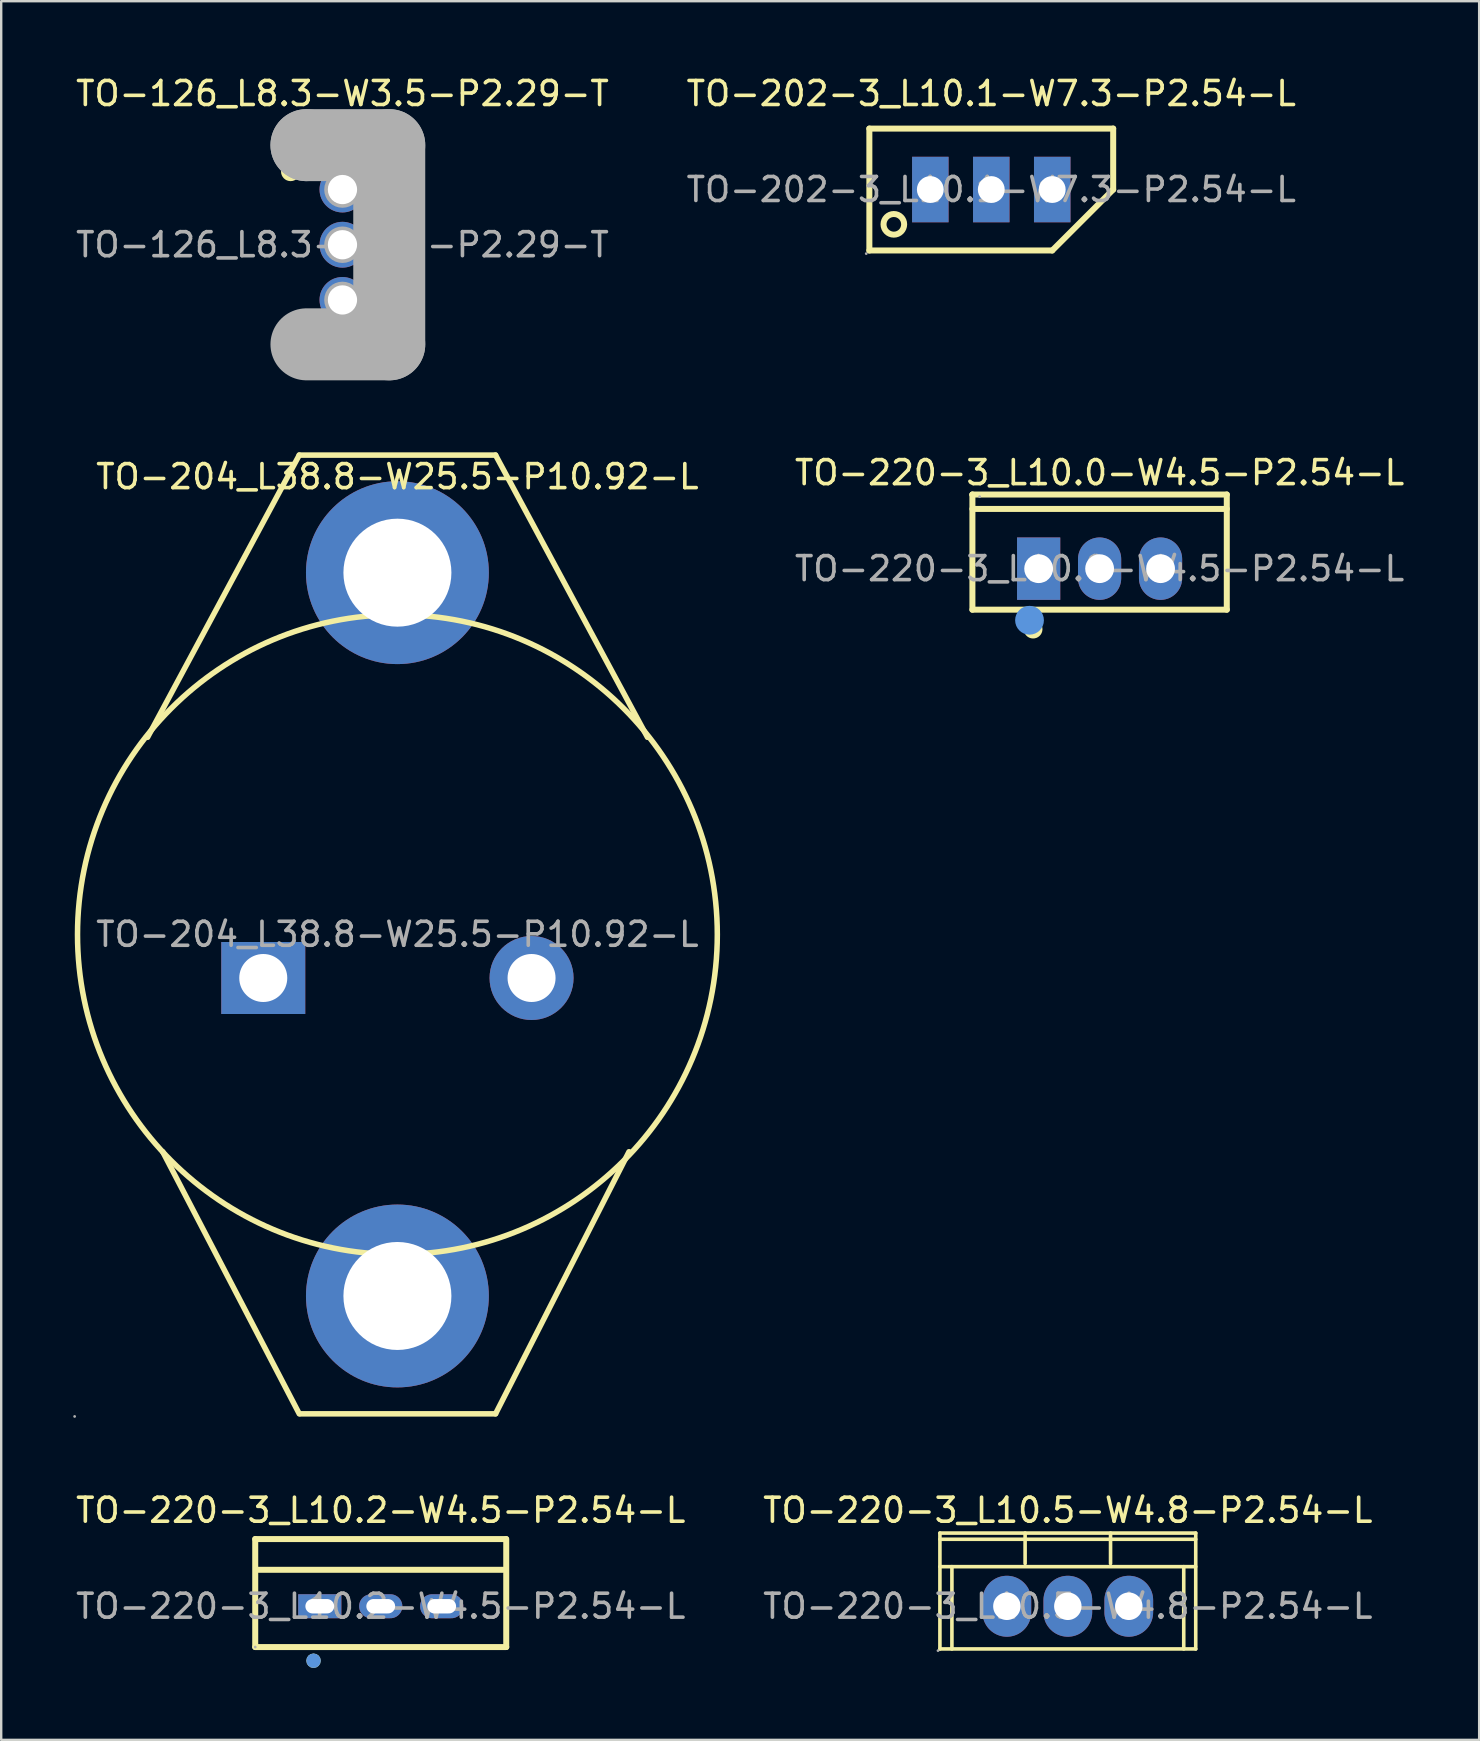
<source format=kicad_pcb>
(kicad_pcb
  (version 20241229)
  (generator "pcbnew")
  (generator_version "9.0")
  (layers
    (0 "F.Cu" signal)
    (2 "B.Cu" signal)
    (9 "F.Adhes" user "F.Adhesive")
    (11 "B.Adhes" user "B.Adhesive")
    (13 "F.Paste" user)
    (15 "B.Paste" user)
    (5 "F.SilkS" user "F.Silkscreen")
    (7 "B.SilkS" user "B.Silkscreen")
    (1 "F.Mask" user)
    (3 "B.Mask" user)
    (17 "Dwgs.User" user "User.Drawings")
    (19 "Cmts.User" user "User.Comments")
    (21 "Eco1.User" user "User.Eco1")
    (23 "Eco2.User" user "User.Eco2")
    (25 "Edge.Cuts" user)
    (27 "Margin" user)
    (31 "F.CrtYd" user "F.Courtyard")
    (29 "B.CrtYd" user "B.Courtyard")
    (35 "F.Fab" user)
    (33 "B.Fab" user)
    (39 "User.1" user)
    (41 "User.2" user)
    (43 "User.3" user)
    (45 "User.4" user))
  (footprint "TO-220-3_L10.0-W4.5-P2.54-L"
    (layer "F.Cu")
    (at 42.77 20.646)
    (property "Reference" "TO-220-3_L10.0-W4.5-P2.54-L" (at 0 -4 0) (layer "F.SilkS") (effects (font (size 1 1) (thickness 0.15))))
    (attr through_hole)
    (fp_line (start -5.3 -3.09) (end 5.3 -3.09) (stroke (width 0.25) (type solid)) (layer "F.SilkS"))
    (fp_line (start -5.3 -3.08) (end -5.3 -3.09) (stroke (width 0.25) (type solid)) (layer "F.SilkS"))
    (fp_line (start -5.3 1.71) (end -5.3 -3.08) (stroke (width 0.25) (type solid)) (layer "F.SilkS"))
    (fp_line (start 5.3 -3.09) (end 5.3 1.71) (stroke (width 0.25) (type solid)) (layer "F.SilkS"))
    (fp_line (start 5.3 -2.49) (end -5.3 -2.49) (stroke (width 0.25) (type solid)) (layer "F.SilkS"))
    (fp_line (start 5.3 1.71) (end -5.3 1.71) (stroke (width 0.25) (type solid)) (layer "F.SilkS"))
    (fp_arc (start -2.76 2.33) (mid -2.775239 2.710191) (end -2.769526 2.329738) (stroke (width 0.4) (type solid)) (layer "F.SilkS"))
    (fp_circle (center -2.92 2.15) (end -2.62 2.15) (stroke (width 0.6) (type solid)) (fill no) (layer "Cmts.User"))
    (fp_circle (center -5 -3) (end -4.97 -3) (stroke (width 0.06) (type solid)) (fill no) (layer "F.Fab"))
    (fp_text user "${REFERENCE}" (at 0 0 0) (layer "F.Fab") (effects (font (size 1 1) (thickness 0.15))))
    (pad "1" thru_hole rect (at -2.54 0) (size 1.8 2.6) (drill 1.2) (layers "*.Cu" "*.Paste" "*.Mask"))
    (pad "2" thru_hole oval (at 0 0) (size 1.8 2.6) (drill 1.2) (layers "*.Cu" "*.Paste" "*.Mask"))
    (pad "3" thru_hole oval (at 2.54 0) (size 1.8 2.6) (drill 1.2) (layers "*.Cu" "*.Paste" "*.Mask")))
  (footprint "TO-220-3_L10.5-W4.8-P2.54-L"
    (layer "F.Cu")
    (at 41.446 63.882)
    (property "Reference" "TO-220-3_L10.5-W4.8-P2.54-L" (at 0 -4 0) (layer "F.SilkS") (effects (font (size 1 1) (thickness 0.15))))
    (attr through_hole)
    (fp_line (start -5.33 -3.05) (end 5.33 -3.05) (stroke (width 0.15) (type solid)) (layer "F.SilkS"))
    (fp_line (start -5.33 -1.65) (end 5.33 -1.65) (stroke (width 0.15) (type solid)) (layer "F.SilkS"))
    (fp_line (start -5.33 1.78) (end -5.33 -3.05) (stroke (width 0.15) (type solid)) (layer "F.SilkS"))
    (fp_line (start -4.83 -1.65) (end -4.83 1.78) (stroke (width 0.15) (type solid)) (layer "F.SilkS"))
    (fp_line (start -1.78 -1.78) (end -1.78 -3.05) (stroke (width 0.15) (type solid)) (layer "F.SilkS"))
    (fp_line (start 1.78 -1.78) (end 1.78 -3.05) (stroke (width 0.15) (type solid)) (layer "F.SilkS"))
    (fp_line (start 4.83 -1.65) (end 4.83 1.78) (stroke (width 0.15) (type solid)) (layer "F.SilkS"))
    (fp_line (start 5.33 -3.05) (end 5.33 1.78) (stroke (width 0.15) (type solid)) (layer "F.SilkS"))
    (fp_line (start 5.33 -2.79) (end -5.33 -2.79) (stroke (width 0.15) (type solid)) (layer "F.SilkS"))
    (fp_line (start 5.33 1.78) (end -5.33 1.78) (stroke (width 0.15) (type solid)) (layer "F.SilkS"))
    (fp_circle (center -5.41 1.85) (end -5.38 1.85) (stroke (width 0.06) (type solid)) (fill no) (layer "F.Fab"))
    (fp_text user "${REFERENCE}" (at 0 0 0) (layer "F.Fab") (effects (font (size 1 1) (thickness 0.15))))
    (pad "1" thru_hole oval (at -2.54 0) (size 2.03 2.54) (drill oval 1.143 1.148) (layers "*.Cu" "*.Paste" "*.Mask"))
    (pad "2" thru_hole oval (at 0 0) (size 2.03 2.54) (drill oval 1.143 1.148) (layers "*.Cu" "*.Paste" "*.Mask"))
    (pad "3" thru_hole oval (at 2.54 0) (size 2.03 2.54) (drill oval 1.143 1.148) (layers "*.Cu" "*.Paste" "*.Mask")))
  (footprint "TO-126_L8.3-W3.5-P2.29-T"
    (layer "F.Cu")
    (at 11.22 7.148)
    (property "Reference" "TO-126_L8.3-W3.5-P2.29-T" (at 0 -6.3 0) (layer "F.SilkS") (effects (font (size 1 1) (thickness 0.15))))
    (attr through_hole)
    (fp_line (start 1.53 4.06) (end 1.53 -4.07) (stroke (width 0.25) (type solid)) (layer "F.SilkS"))
    (fp_arc (start -2.16 -3.05) (mid -2.16 -3.05) (end -2.16 -3.05) (stroke (width 0.4) (type solid)) (layer "F.SilkS"))
    (fp_line (start -1.5 -4.15) (end -1.5 -4.15) (stroke (width 3) (type solid)) (layer "F.Fab"))
    (fp_line (start -1.5 -4.15) (end 1.95 -4.15) (stroke (width 3) (type solid)) (layer "F.Fab"))
    (fp_line (start 1.95 -4.15) (end 1.95 4.15) (stroke (width 3) (type solid)) (layer "F.Fab"))
    (fp_line (start 1.95 4.15) (end -1.5 4.15) (stroke (width 3) (type solid)) (layer "F.Fab"))
    (fp_circle (center -2.56 -4.28) (end -2.53 -4.28) (stroke (width 0.06) (type solid)) (fill no) (layer "F.Fab"))
    (fp_circle (center 0 -2.3) (end 0.25 -2.3) (stroke (width 0.51) (type solid)) (fill no) (layer "F.Fab"))
    (fp_circle (center 0 0) (end 0.25 0) (stroke (width 0.51) (type solid)) (fill no) (layer "F.Fab"))
    (fp_circle (center 0 2.3) (end 0.25 2.3) (stroke (width 0.51) (type solid)) (fill no) (layer "F.Fab"))
    (fp_text user "${REFERENCE}" (at 0 0 0) (layer "F.Fab") (effects (font (size 1 1) (thickness 0.15))))
    (pad "1" thru_hole circle (at 0 -2.3 270) (size 1.91 1.91) (drill 1.219) (layers "*.Cu" "*.Paste" "*.Mask"))
    (pad "2" thru_hole circle (at 0 0 270) (size 1.91 1.91) (drill 1.219) (layers "*.Cu" "*.Paste" "*.Mask"))
    (pad "3" thru_hole circle (at 0 2.3 270) (size 1.91 1.91) (drill 1.219) (layers "*.Cu" "*.Paste" "*.Mask")))
  (footprint "TO-202-3_L10.1-W7.3-P2.54-L"
    (layer "F.Cu")
    (at 38.256 4.848)
    (property "Reference" "TO-202-3_L10.1-W7.3-P2.54-L" (at 0 -4 0) (layer "F.SilkS") (effects (font (size 1 1) (thickness 0.15))))
    (attr through_hole)
    (fp_line (start -5.08 -2.54) (end -5.08 2.54) (stroke (width 0.25) (type solid)) (layer "F.SilkS"))
    (fp_line (start -5.08 -2.54) (end 5.08 -2.54) (stroke (width 0.25) (type solid)) (layer "F.SilkS"))
    (fp_line (start -5.08 2.54) (end 2.54 2.54) (stroke (width 0.25) (type solid)) (layer "F.SilkS"))
    (fp_line (start 5.08 -2.54) (end 5.08 0) (stroke (width 0.25) (type solid)) (layer "F.SilkS"))
    (fp_line (start 5.08 0) (end 2.54 2.54) (stroke (width 0.25) (type solid)) (layer "F.SilkS"))
    (fp_circle (center -4.06 1.45) (end -3.63 1.45) (stroke (width 0.25) (type solid)) (fill no) (layer "F.SilkS"))
    (fp_circle (center -5.21 2.67) (end -5.18 2.67) (stroke (width 0.06) (type solid)) (fill no) (layer "F.Fab"))
    (fp_circle (center -2.54 0) (end -2.31 0) (stroke (width 0.46) (type solid)) (fill no) (layer "F.Fab"))
    (fp_circle (center 0 0) (end 0.23 0) (stroke (width 0.46) (type solid)) (fill no) (layer "F.Fab"))
    (fp_circle (center 2.54 0) (end 2.77 0) (stroke (width 0.46) (type solid)) (fill no) (layer "F.Fab"))
    (fp_text user "${REFERENCE}" (at 0 0 0) (layer "F.Fab") (effects (font (size 1 1) (thickness 0.15))))
    (pad "1" thru_hole rect (at -2.54 0 90) (size 2.73 1.52) (drill 1.118) (layers "*.Cu" "*.Paste" "*.Mask"))
    (pad "2" thru_hole rect (at 0 0 90) (size 2.73 1.52) (drill 1.118) (layers "*.Cu" "*.Paste" "*.Mask"))
    (pad "3" thru_hole rect (at 2.54 0 90) (size 2.73 1.52) (drill 1.118) (layers "*.Cu" "*.Paste" "*.Mask")))
  (footprint "TO-220-3_L10.2-W4.5-P2.54-L"
    (layer "F.Cu")
    (at 12.815 63.882)
    (property "Reference" "TO-220-3_L10.2-W4.5-P2.54-L" (at 0 -4 0) (layer "F.SilkS") (effects (font (size 1 1) (thickness 0.15))))
    (attr through_hole)
    (fp_line (start -5.23 -2.8) (end 5.22 -2.8) (stroke (width 0.25) (type solid)) (layer "F.SilkS"))
    (fp_line (start -5.23 1.7) (end -5.23 -2.8) (stroke (width 0.25) (type solid)) (layer "F.SilkS"))
    (fp_line (start -5.1 -1.52) (end 5.1 -1.52) (stroke (width 0.25) (type solid)) (layer "F.SilkS"))
    (fp_line (start 5.23 -2.8) (end 5.23 1.7) (stroke (width 0.25) (type solid)) (layer "F.SilkS"))
    (fp_line (start 5.23 1.7) (end -5.23 1.7) (stroke (width 0.25) (type solid)) (layer "F.SilkS"))
    (fp_circle (center -2.8 2.27) (end -2.65 2.27) (stroke (width 0.3) (type solid)) (fill no) (layer "F.SilkS"))
    (fp_circle (center -2.8 2.27) (end -2.65 2.27) (stroke (width 0.3) (type solid)) (fill no) (layer "Cmts.User"))
    (fp_circle (center -5.23 1.7) (end -5.2 1.7) (stroke (width 0.06) (type solid)) (fill no) (layer "F.Fab"))
    (fp_text user "${REFERENCE}" (at 0 0 0) (layer "F.Fab") (effects (font (size 1 1) (thickness 0.15))))
    (pad "1" thru_hole rect (at -2.54 0) (size 1.8 1) (drill oval 1.2 0.6) (layers "*.Cu" "*.Paste" "*.Mask"))
    (pad "2" thru_hole oval (at 0 0) (size 1.8 1) (drill oval 1.2 0.6) (layers "*.Cu" "*.Paste" "*.Mask"))
    (pad "3" thru_hole oval (at 2.54 0) (size 1.8 1) (drill oval 1.2 0.6) (layers "*.Cu" "*.Paste" "*.Mask")))
  (footprint "TO-204_L38.8-W25.5-P10.92-L"
    (layer "F.Cu")
    (at 13.51 35.883)
    (property "Reference" "TO-204_L38.8-W25.5-P10.92-L" (at 0 -19.07 0) (layer "F.SilkS") (effects (font (size 1 1) (thickness 0.15))))
    (attr through_hole)
    (fp_line (start -4.09 -19.97) (end -10.41 -8.21) (stroke (width 0.23) (type solid)) (layer "F.SilkS"))
    (fp_line (start -4.09 -19.97) (end 4.09 -19.97) (stroke (width 0.23) (type solid)) (layer "F.SilkS"))
    (fp_line (start -4.09 19.98) (end -9.78 9.06) (stroke (width 0.23) (type solid)) (layer "F.SilkS"))
    (fp_line (start -4.06 19.98) (end 4.09 19.98) (stroke (width 0.23) (type solid)) (layer "F.SilkS"))
    (fp_line (start 4.09 -19.97) (end 10.42 -8.21) (stroke (width 0.23) (type solid)) (layer "F.SilkS"))
    (fp_line (start 4.09 19.98) (end 9.65 9.06) (stroke (width 0.23) (type solid)) (layer "F.SilkS"))
    (fp_circle (center 0 0.01) (end 13.33 0.01) (stroke (width 0.23) (type solid)) (fill no) (layer "F.SilkS"))
    (fp_circle (center -13.45 20.09) (end -13.42 20.09) (stroke (width 0.06) (type solid)) (fill no) (layer "F.Fab"))
    (fp_circle (center -5.59 1.82) (end -5.14 1.82) (stroke (width 0.9) (type solid)) (fill no) (layer "F.Fab"))
    (fp_circle (center 0 -15.07) (end 1.08 -15.07) (stroke (width 2.15) (type solid)) (fill no) (layer "F.Fab"))
    (fp_circle (center 0 15.07) (end 1.08 15.07) (stroke (width 2.15) (type solid)) (fill no) (layer "F.Fab"))
    (fp_circle (center 5.59 1.82) (end 6.04 1.82) (stroke (width 0.9) (type solid)) (fill no) (layer "F.Fab"))
    (fp_text user "${REFERENCE}" (at 0 0 0) (layer "F.Fab") (effects (font (size 1 1) (thickness 0.15))))
    (pad "1" thru_hole rect (at -5.59 1.82) (size 3.5 3) (drill 2) (layers "*.Cu" "*.Paste" "*.Mask"))
    (pad "2" thru_hole circle (at 5.59 1.82) (size 3.5 3.5) (drill 2) (layers "*.Cu" "*.Paste" "*.Mask"))
    (pad "3" thru_hole circle (at 0 -15.07) (size 7.62 7.62) (drill 4.5) (layers "*.Cu" "*.Paste" "*.Mask"))
    (pad "3" thru_hole circle (at 0 15.07) (size 7.62 7.62) (drill 4.5) (layers "*.Cu" "*.Paste" "*.Mask")))
  (gr_rect
    (start -3 -3)
    (end 58.586 69.451)
    (stroke (width 0.1) (type default))
    (fill no)
    (layer "Edge.Cuts")))
</source>
